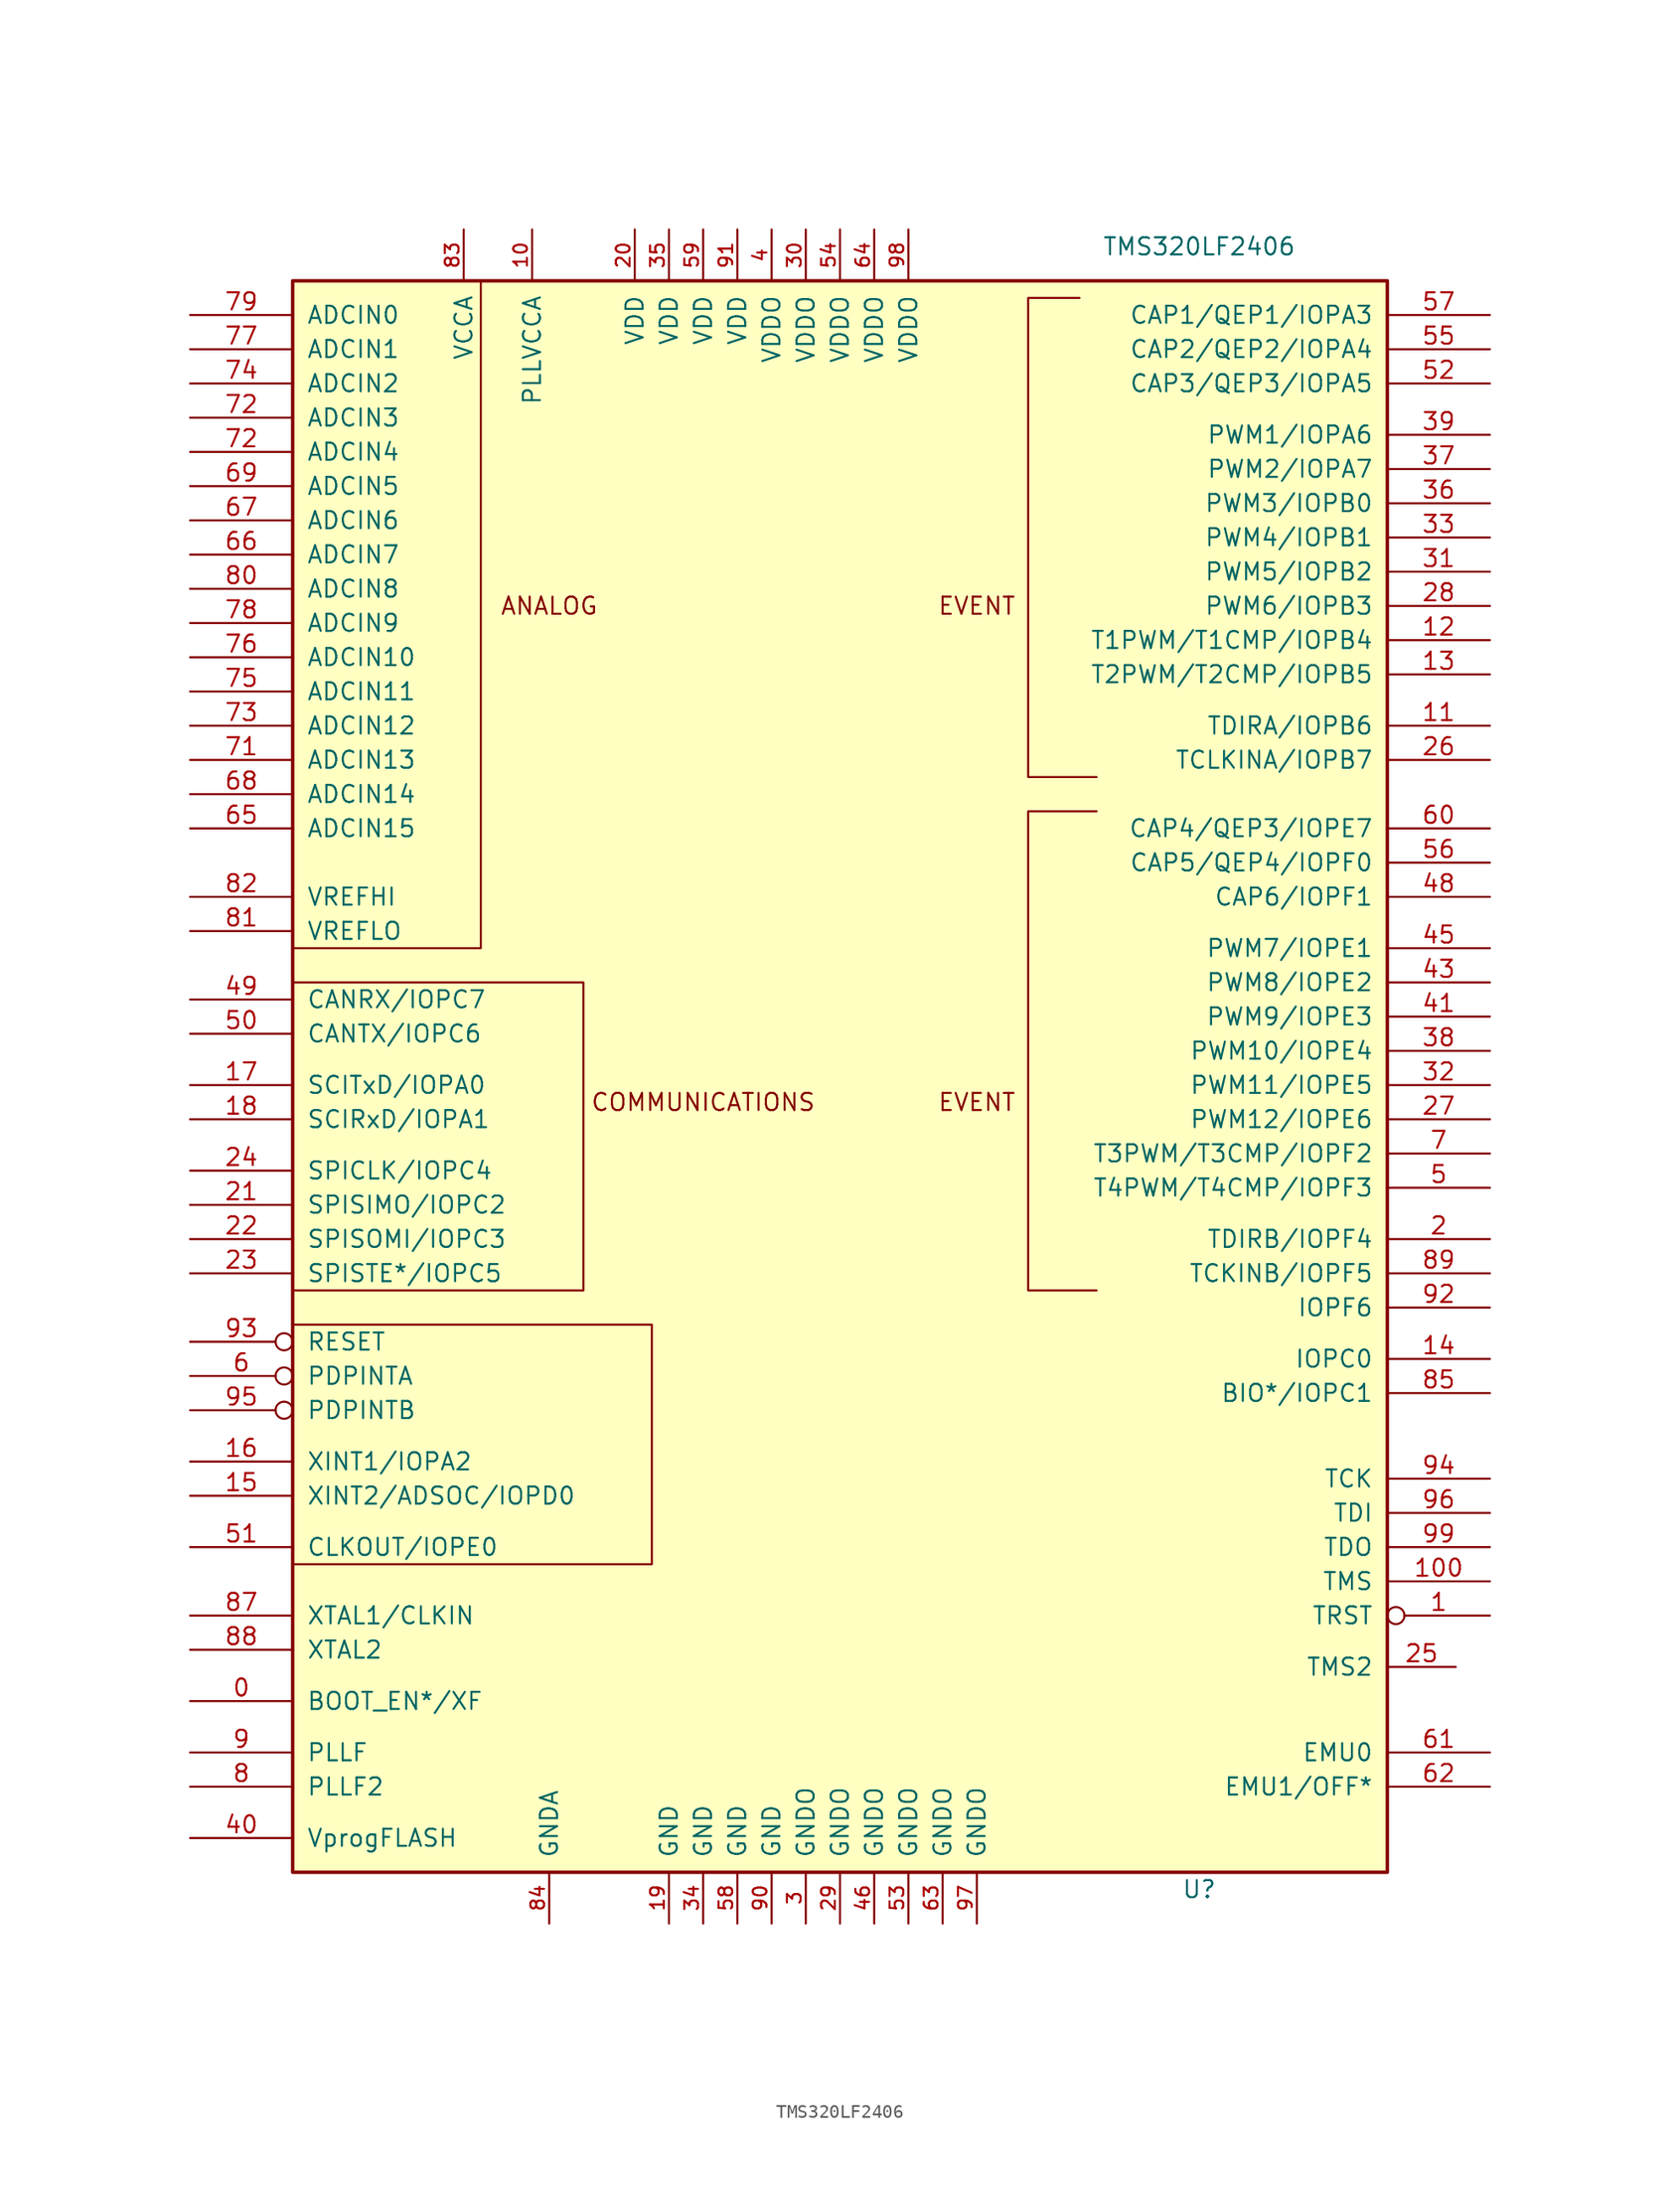
<source format=kicad_sym>
(kicad_symbol_lib
  (version 20201005)
  (generator kicad_symbol_editor)
  (symbol "TMS320LF2406"
    (pin_names
      (offset 1.016))
    (property "Reference" "U"
      (at 26.67 -60.96 0)
      (effects (font (size 1.27 1.27))))
    (property "Value" "TMS320LF2406"
      (at 26.67 60.96 0)
      (effects (font (size 1.27 1.27))))
    (symbol "TMS320LF2406_0_1"
      (text "ANALOG" (at -21.59 34.29 0) (effects (font (size 1.27 1.27))))
      (text "COMMUNICATIONS" (at -10.16 -2.54 0) (effects (font (size 1.27 1.27))))
      (text "EVENT" (at 10.16 -2.54 0) (effects (font (size 1.27 1.27))))
      (text "EVENT" (at 10.16 34.29 0) (effects (font (size 1.27 1.27))))
      (rectangle (start -40.64 58.42) (end 40.64 -59.69) (stroke (width 0.254)) (fill (type background)))
      (polyline (pts (xy -26.67 58.42) (xy -26.67 8.89) (xy -40.64 8.89)) (stroke (width 0)) (fill (type none)))
      (polyline (pts (xy -40.64 -19.05) (xy -13.97 -19.05) (xy -13.97 -36.83) (xy -40.64 -36.83)) (stroke (width 0)) (fill (type none)))
      (polyline (pts (xy -40.64 6.35) (xy -19.05 6.35) (xy -19.05 -16.51) (xy -40.64 -16.51)) (stroke (width 0)) (fill (type none)))
      (polyline (pts (xy 17.78 57.15) (xy 13.97 57.15) (xy 13.97 21.59) (xy 19.05 21.59)) (stroke (width 0)) (fill (type none)))
      (polyline (pts (xy 19.05 19.05) (xy 13.97 19.05) (xy 13.97 -16.51) (xy 19.05 -16.51)) (stroke (width 0)) (fill (type none)))
      (pin input line (at -48.26 53.34 0) (length 7.62) (name "ADCIN1" (effects (font (size 1.27 1.27)))) (number "77" (effects (font (size 1.27 1.27))))))
    (symbol "TMS320LF2406_1_1"
      (pin input line (at -48.26 -46.99 0) (length 7.62) (name "BOOT_EN*/XF" (effects (font (size 1.27 1.27)))) (number "0" (effects (font (size 1.27 1.27)))))
      (pin input inverted (at 48.26 -40.64 180) (length 7.62) (name "TRST" (effects (font (size 1.27 1.27)))) (number "1" (effects (font (size 1.27 1.27)))))
      (pin bidirectional line (at 48.26 -12.7 180) (length 7.62) (name "TDIRB/IOPF4" (effects (font (size 1.27 1.27)))) (number "2" (effects (font (size 1.27 1.27)))))
      (pin power_in line (at -2.54 -63.5 90) (length 3.81) (name "GNDO" (effects (font (size 1.27 1.27)))) (number "3" (effects (font (size 1.016 1.016)))))
      (pin power_in line (at -5.08 62.23 270) (length 3.81) (name "VDDO" (effects (font (size 1.27 1.27)))) (number "4" (effects (font (size 1.016 1.016)))))
      (pin bidirectional line (at 48.26 -8.89 180) (length 7.62) (name "T4PWM/T4CMP/IOPF3" (effects (font (size 1.27 1.27)))) (number "5" (effects (font (size 1.27 1.27)))))
      (pin input inverted (at -48.26 -22.86 0) (length 7.62) (name "PDPINTA" (effects (font (size 1.27 1.27)))) (number "6" (effects (font (size 1.27 1.27)))))
      (pin bidirectional line (at 48.26 -6.35 180) (length 7.62) (name "T3PWM/T3CMP/IOPF2" (effects (font (size 1.27 1.27)))) (number "7" (effects (font (size 1.27 1.27)))))
      (pin input line (at -48.26 -53.34 0) (length 7.62) (name "PLLF2" (effects (font (size 1.27 1.27)))) (number "8" (effects (font (size 1.27 1.27)))))
      (pin input line (at -48.26 -50.8 0) (length 7.62) (name "PLLF" (effects (font (size 1.27 1.27)))) (number "9" (effects (font (size 1.27 1.27)))))
      (pin power_in line (at -22.86 62.23 270) (length 3.81) (name "PLLVCCA" (effects (font (size 1.27 1.27)))) (number "10" (effects (font (size 1.016 1.016)))))
      (pin power_in line (at -15.24 62.23 270) (length 3.81) (name "VDD" (effects (font (size 1.27 1.27)))) (number "20" (effects (font (size 1.016 1.016)))))
      (pin power_in line (at -2.54 62.23 270) (length 3.81) (name "VDDO" (effects (font (size 1.27 1.27)))) (number "30" (effects (font (size 1.016 1.016)))))
      (pin input line (at -48.26 -57.15 0) (length 7.62) (name "VprogFLASH" (effects (font (size 1.27 1.27)))) (number "40" (effects (font (size 1.27 1.27)))))
      (pin bidirectional line (at -48.26 2.54 0) (length 7.62) (name "CANTX/IOPC6" (effects (font (size 1.27 1.27)))) (number "50" (effects (font (size 1.27 1.27)))))
      (pin bidirectional line (at 48.26 17.78 180) (length 7.62) (name "CAP4/QEP3/IOPE7" (effects (font (size 1.27 1.27)))) (number "60" (effects (font (size 1.27 1.27)))))
      (pin input line (at -48.26 35.56 0) (length 7.62) (name "ADCIN8" (effects (font (size 1.27 1.27)))) (number "80" (effects (font (size 1.27 1.27)))))
      (pin power_in line (at -5.08 -63.5 90) (length 3.81) (name "GND" (effects (font (size 1.27 1.27)))) (number "90" (effects (font (size 1.016 1.016)))))
      (pin bidirectional line (at 48.26 25.4 180) (length 7.62) (name "TDIRA/IOPB6" (effects (font (size 1.27 1.27)))) (number "11" (effects (font (size 1.27 1.27)))))
      (pin bidirectional line (at -48.26 -10.16 0) (length 7.62) (name "SPISIMO/IOPC2" (effects (font (size 1.27 1.27)))) (number "21" (effects (font (size 1.27 1.27)))))
      (pin bidirectional line (at 48.26 36.83 180) (length 7.62) (name "PWM5/IOPB2" (effects (font (size 1.27 1.27)))) (number "31" (effects (font (size 1.27 1.27)))))
      (pin bidirectional line (at 48.26 3.81 180) (length 7.62) (name "PWM9/IOPE3" (effects (font (size 1.27 1.27)))) (number "41" (effects (font (size 1.27 1.27)))))
      (pin bidirectional line (at -48.26 -35.56 0) (length 7.62) (name "CLKOUT/IOPE0" (effects (font (size 1.27 1.27)))) (number "51" (effects (font (size 1.27 1.27)))))
      (pin bidirectional line (at 48.26 -50.8 180) (length 7.62) (name "EMU0" (effects (font (size 1.27 1.27)))) (number "61" (effects (font (size 1.27 1.27)))))
      (pin input line (at -48.26 22.86 0) (length 7.62) (name "ADCIN13" (effects (font (size 1.27 1.27)))) (number "71" (effects (font (size 1.27 1.27)))))
      (pin input line (at -48.26 10.16 0) (length 7.62) (name "VREFLO" (effects (font (size 1.27 1.27)))) (number "81" (effects (font (size 1.27 1.27)))))
      (pin power_in line (at -7.62 62.23 270) (length 3.81) (name "VDD" (effects (font (size 1.27 1.27)))) (number "91" (effects (font (size 1.016 1.016)))))
      (pin bidirectional line (at 48.26 31.75 180) (length 7.62) (name "T1PWM/T1CMP/IOPB4" (effects (font (size 1.27 1.27)))) (number "12" (effects (font (size 1.27 1.27)))))
      (pin bidirectional line (at -48.26 -12.7 0) (length 7.62) (name "SPISOMI/IOPC3" (effects (font (size 1.27 1.27)))) (number "22" (effects (font (size 1.27 1.27)))))
      (pin bidirectional line (at 48.26 -1.27 180) (length 7.62) (name "PWM11/IOPE5" (effects (font (size 1.27 1.27)))) (number "32" (effects (font (size 1.27 1.27)))))
      (pin bidirectional line (at 48.26 50.8 180) (length 7.62) (name "CAP3/QEP3/IOPA5" (effects (font (size 1.27 1.27)))) (number "52" (effects (font (size 1.27 1.27)))))
      (pin bidirectional line (at 48.26 -53.34 180) (length 7.62) (name "EMU1/OFF*" (effects (font (size 1.27 1.27)))) (number "62" (effects (font (size 1.27 1.27)))))
      (pin input line (at -48.26 48.26 0) (length 7.62) (name "ADCIN3" (effects (font (size 1.27 1.27)))) (number "72" (effects (font (size 1.27 1.27)))))
      (pin input line (at -48.26 45.72 0) (length 7.62) (name "ADCIN4" (effects (font (size 1.27 1.27)))) (number "72" (effects (font (size 1.27 1.27)))))
      (pin input line (at -48.26 12.7 0) (length 7.62) (name "VREFHI" (effects (font (size 1.27 1.27)))) (number "82" (effects (font (size 1.27 1.27)))))
      (pin bidirectional line (at 48.26 -17.78 180) (length 7.62) (name "IOPF6" (effects (font (size 1.27 1.27)))) (number "92" (effects (font (size 1.27 1.27)))))
      (pin bidirectional line (at 48.26 29.21 180) (length 7.62) (name "T2PWM/T2CMP/IOPB5" (effects (font (size 1.27 1.27)))) (number "13" (effects (font (size 1.27 1.27)))))
      (pin bidirectional line (at -48.26 -15.24 0) (length 7.62) (name "SPISTE*/IOPC5" (effects (font (size 1.27 1.27)))) (number "23" (effects (font (size 1.27 1.27)))))
      (pin bidirectional line (at 48.26 39.37 180) (length 7.62) (name "PWM4/IOPB1" (effects (font (size 1.27 1.27)))) (number "33" (effects (font (size 1.27 1.27)))))
      (pin bidirectional line (at 48.26 6.35 180) (length 7.62) (name "PWM8/IOPE2" (effects (font (size 1.27 1.27)))) (number "43" (effects (font (size 1.27 1.27)))))
      (pin power_in line (at 5.08 -63.5 90) (length 3.81) (name "GNDO" (effects (font (size 1.27 1.27)))) (number "53" (effects (font (size 1.016 1.016)))))
      (pin power_in line (at 7.62 -63.5 90) (length 3.81) (name "GNDO" (effects (font (size 1.27 1.27)))) (number "63" (effects (font (size 1.016 1.016)))))
      (pin input line (at -48.26 25.4 0) (length 7.62) (name "ADCIN12" (effects (font (size 1.27 1.27)))) (number "73" (effects (font (size 1.27 1.27)))))
      (pin power_in line (at -27.94 62.23 270) (length 3.81) (name "VCCA" (effects (font (size 1.27 1.27)))) (number "83" (effects (font (size 1.016 1.016)))))
      (pin input inverted (at -48.26 -20.32 0) (length 7.62) (name "RESET" (effects (font (size 1.27 1.27)))) (number "93" (effects (font (size 1.27 1.27)))))
      (pin bidirectional line (at 48.26 -21.59 180) (length 7.62) (name "IOPC0" (effects (font (size 1.27 1.27)))) (number "14" (effects (font (size 1.27 1.27)))))
      (pin bidirectional line (at -48.26 -7.62 0) (length 7.62) (name "SPICLK/IOPC4" (effects (font (size 1.27 1.27)))) (number "24" (effects (font (size 1.27 1.27)))))
      (pin power_in line (at -10.16 -63.5 90) (length 3.81) (name "GND" (effects (font (size 1.27 1.27)))) (number "34" (effects (font (size 1.016 1.016)))))
      (pin power_in line (at 0 62.23 270) (length 3.81) (name "VDDO" (effects (font (size 1.27 1.27)))) (number "54" (effects (font (size 1.016 1.016)))))
      (pin power_in line (at 2.54 62.23 270) (length 3.81) (name "VDDO" (effects (font (size 1.27 1.27)))) (number "64" (effects (font (size 1.016 1.016)))))
      (pin input line (at -48.26 50.8 0) (length 7.62) (name "ADCIN2" (effects (font (size 1.27 1.27)))) (number "74" (effects (font (size 1.27 1.27)))))
      (pin power_in line (at -21.59 -63.5 90) (length 3.81) (name "GNDA" (effects (font (size 1.27 1.27)))) (number "84" (effects (font (size 1.016 1.016)))))
      (pin bidirectional line (at 48.26 -30.48 180) (length 7.62) (name "TCK" (effects (font (size 1.27 1.27)))) (number "94" (effects (font (size 1.27 1.27)))))
      (pin bidirectional line (at -48.26 -31.75 0) (length 7.62) (name "XINT2/ADSOC/IOPD0" (effects (font (size 1.27 1.27)))) (number "15" (effects (font (size 1.27 1.27)))))
      (pin input line (at 45.72 -44.45 180) (length 5.08) (name "TMS2" (effects (font (size 1.27 1.27)))) (number "25" (effects (font (size 1.27 1.27)))))
      (pin power_in line (at -12.7 62.23 270) (length 3.81) (name "VDD" (effects (font (size 1.27 1.27)))) (number "35" (effects (font (size 1.016 1.016)))))
      (pin bidirectional line (at 48.26 8.89 180) (length 7.62) (name "PWM7/IOPE1" (effects (font (size 1.27 1.27)))) (number "45" (effects (font (size 1.27 1.27)))))
      (pin bidirectional line (at 48.26 53.34 180) (length 7.62) (name "CAP2/QEP2/IOPA4" (effects (font (size 1.27 1.27)))) (number "55" (effects (font (size 1.27 1.27)))))
      (pin input line (at -48.26 17.78 0) (length 7.62) (name "ADCIN15" (effects (font (size 1.27 1.27)))) (number "65" (effects (font (size 1.27 1.27)))))
      (pin input line (at -48.26 27.94 0) (length 7.62) (name "ADCIN11" (effects (font (size 1.27 1.27)))) (number "75" (effects (font (size 1.27 1.27)))))
      (pin bidirectional line (at 48.26 -24.13 180) (length 7.62) (name "BIO*/IOPC1" (effects (font (size 1.27 1.27)))) (number "85" (effects (font (size 1.27 1.27)))))
      (pin input inverted (at -48.26 -25.4 0) (length 7.62) (name "PDPINTB" (effects (font (size 1.27 1.27)))) (number "95" (effects (font (size 1.27 1.27)))))
      (pin bidirectional line (at -48.26 -29.21 0) (length 7.62) (name "XINT1/IOPA2" (effects (font (size 1.27 1.27)))) (number "16" (effects (font (size 1.27 1.27)))))
      (pin bidirectional line (at 48.26 22.86 180) (length 7.62) (name "TCLKINA/IOPB7" (effects (font (size 1.27 1.27)))) (number "26" (effects (font (size 1.27 1.27)))))
      (pin bidirectional line (at 48.26 41.91 180) (length 7.62) (name "PWM3/IOPB0" (effects (font (size 1.27 1.27)))) (number "36" (effects (font (size 1.27 1.27)))))
      (pin power_in line (at 2.54 -63.5 90) (length 3.81) (name "GNDO" (effects (font (size 1.27 1.27)))) (number "46" (effects (font (size 1.016 1.016)))))
      (pin bidirectional line (at 48.26 15.24 180) (length 7.62) (name "CAP5/QEP4/IOPF0" (effects (font (size 1.27 1.27)))) (number "56" (effects (font (size 1.27 1.27)))))
      (pin input line (at -48.26 38.1 0) (length 7.62) (name "ADCIN7" (effects (font (size 1.27 1.27)))) (number "66" (effects (font (size 1.27 1.27)))))
      (pin input line (at -48.26 30.48 0) (length 7.62) (name "ADCIN10" (effects (font (size 1.27 1.27)))) (number "76" (effects (font (size 1.27 1.27)))))
      (pin input line (at 48.26 -33.02 180) (length 7.62) (name "TDI" (effects (font (size 1.27 1.27)))) (number "96" (effects (font (size 1.27 1.27)))))
      (pin bidirectional line (at -48.26 -1.27 0) (length 7.62) (name "SCITxD/IOPA0" (effects (font (size 1.27 1.27)))) (number "17" (effects (font (size 1.27 1.27)))))
      (pin bidirectional line (at 48.26 -3.81 180) (length 7.62) (name "PWM12/IOPE6" (effects (font (size 1.27 1.27)))) (number "27" (effects (font (size 1.27 1.27)))))
      (pin bidirectional line (at 48.26 44.45 180) (length 7.62) (name "PWM2/IOPA7" (effects (font (size 1.27 1.27)))) (number "37" (effects (font (size 1.27 1.27)))))
      (pin bidirectional line (at 48.26 55.88 180) (length 7.62) (name "CAP1/QEP1/IOPA3" (effects (font (size 1.27 1.27)))) (number "57" (effects (font (size 1.27 1.27)))))
      (pin input line (at -48.26 40.64 0) (length 7.62) (name "ADCIN6" (effects (font (size 1.27 1.27)))) (number "67" (effects (font (size 1.27 1.27)))))
      (pin input line (at -48.26 -40.64 0) (length 7.62) (name "XTAL1/CLKIN" (effects (font (size 1.27 1.27)))) (number "87" (effects (font (size 1.27 1.27)))))
      (pin power_in line (at 10.16 -63.5 90) (length 3.81) (name "GNDO" (effects (font (size 1.27 1.27)))) (number "97" (effects (font (size 1.016 1.016)))))
      (pin bidirectional line (at -48.26 -3.81 0) (length 7.62) (name "SCIRxD/IOPA1" (effects (font (size 1.27 1.27)))) (number "18" (effects (font (size 1.27 1.27)))))
      (pin bidirectional line (at 48.26 34.29 180) (length 7.62) (name "PWM6/IOPB3" (effects (font (size 1.27 1.27)))) (number "28" (effects (font (size 1.27 1.27)))))
      (pin bidirectional line (at 48.26 1.27 180) (length 7.62) (name "PWM10/IOPE4" (effects (font (size 1.27 1.27)))) (number "38" (effects (font (size 1.27 1.27)))))
      (pin bidirectional line (at 48.26 12.7 180) (length 7.62) (name "CAP6/IOPF1" (effects (font (size 1.27 1.27)))) (number "48" (effects (font (size 1.27 1.27)))))
      (pin power_in line (at -7.62 -63.5 90) (length 3.81) (name "GND" (effects (font (size 1.27 1.27)))) (number "58" (effects (font (size 1.016 1.016)))))
      (pin input line (at -48.26 20.32 0) (length 7.62) (name "ADCIN14" (effects (font (size 1.27 1.27)))) (number "68" (effects (font (size 1.27 1.27)))))
      (pin input line (at -48.26 33.02 0) (length 7.62) (name "ADCIN9" (effects (font (size 1.27 1.27)))) (number "78" (effects (font (size 1.27 1.27)))))
      (pin output line (at -48.26 -43.18 0) (length 7.62) (name "XTAL2" (effects (font (size 1.27 1.27)))) (number "88" (effects (font (size 1.27 1.27)))))
      (pin power_in line (at 5.08 62.23 270) (length 3.81) (name "VDDO" (effects (font (size 1.27 1.27)))) (number "98" (effects (font (size 1.016 1.016)))))
      (pin power_in line (at -12.7 -63.5 90) (length 3.81) (name "GND" (effects (font (size 1.27 1.27)))) (number "19" (effects (font (size 1.016 1.016)))))
      (pin power_in line (at 0 -63.5 90) (length 3.81) (name "GNDO" (effects (font (size 1.27 1.27)))) (number "29" (effects (font (size 1.016 1.016)))))
      (pin bidirectional line (at 48.26 46.99 180) (length 7.62) (name "PWM1/IOPA6" (effects (font (size 1.27 1.27)))) (number "39" (effects (font (size 1.27 1.27)))))
      (pin bidirectional line (at -48.26 5.08 0) (length 7.62) (name "CANRX/IOPC7" (effects (font (size 1.27 1.27)))) (number "49" (effects (font (size 1.27 1.27)))))
      (pin power_in line (at -10.16 62.23 270) (length 3.81) (name "VDD" (effects (font (size 1.27 1.27)))) (number "59" (effects (font (size 1.016 1.016)))))
      (pin input line (at -48.26 43.18 0) (length 7.62) (name "ADCIN5" (effects (font (size 1.27 1.27)))) (number "69" (effects (font (size 1.27 1.27)))))
      (pin input line (at -48.26 55.88 0) (length 7.62) (name "ADCIN0" (effects (font (size 1.27 1.27)))) (number "79" (effects (font (size 1.27 1.27)))))
      (pin bidirectional line (at 48.26 -15.24 180) (length 7.62) (name "TCKINB/IOPF5" (effects (font (size 1.27 1.27)))) (number "89" (effects (font (size 1.27 1.27)))))
      (pin output line (at 48.26 -35.56 180) (length 7.62) (name "TDO" (effects (font (size 1.27 1.27)))) (number "99" (effects (font (size 1.27 1.27)))))
      (pin input line (at 48.26 -38.1 180) (length 7.62) (name "TMS" (effects (font (size 1.27 1.27)))) (number "100" (effects (font (size 1.27 1.27))))))))
</source>
